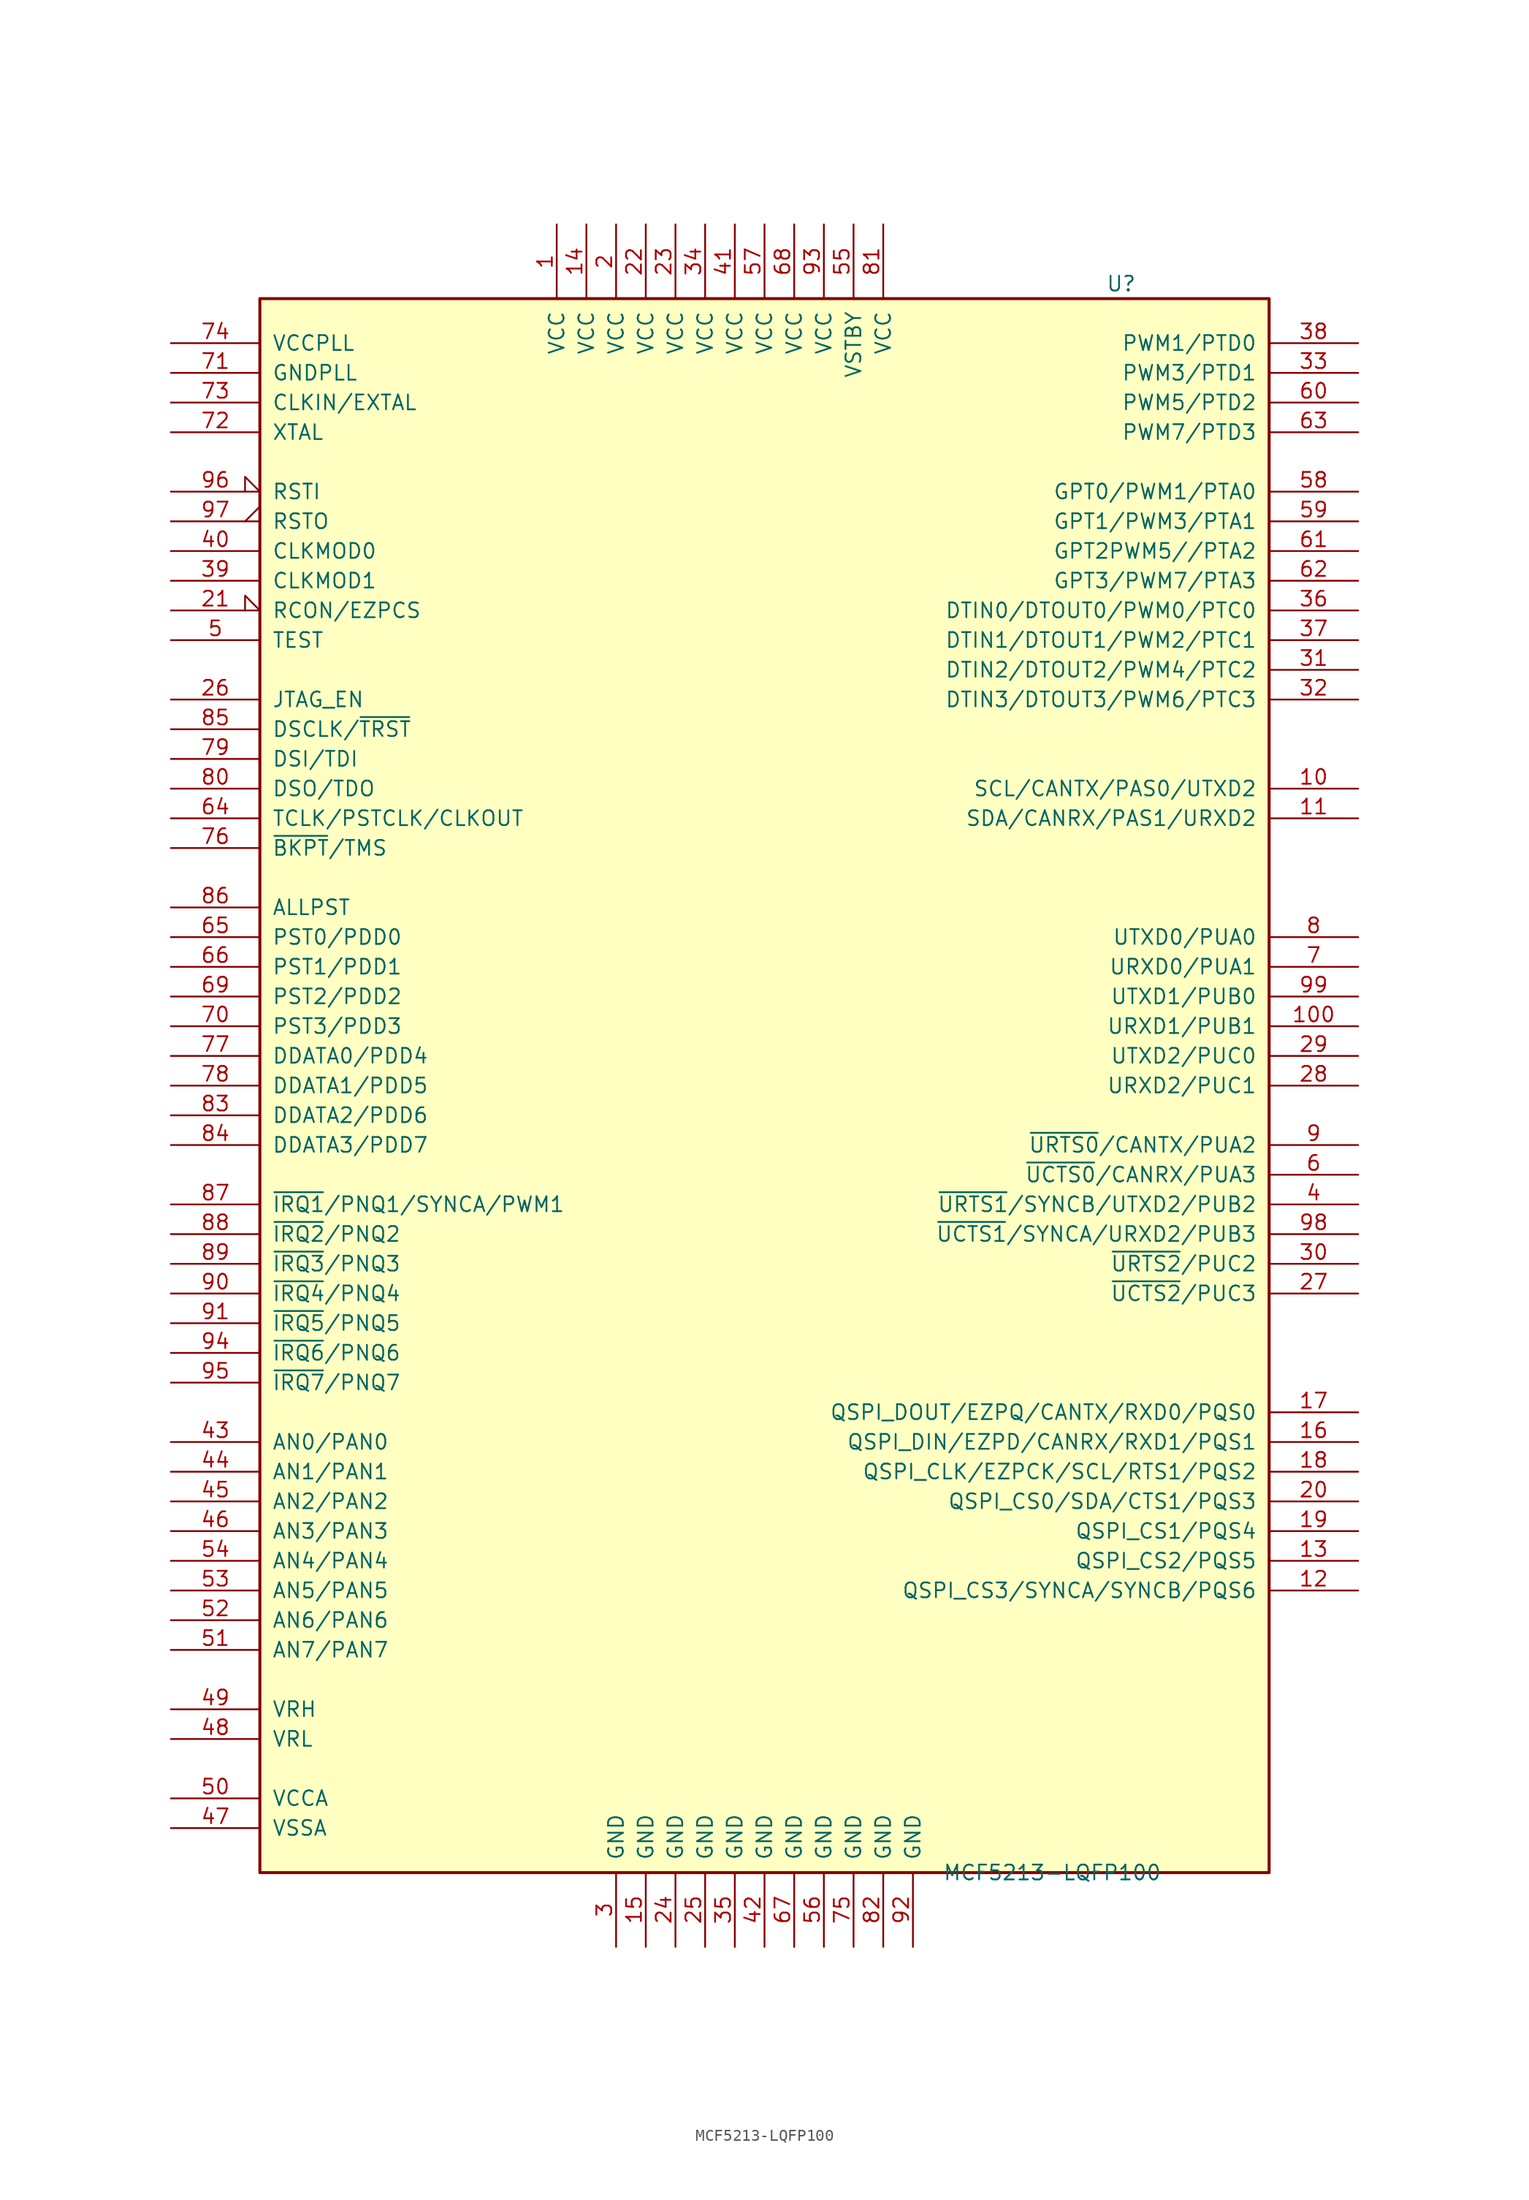
<source format=kicad_sym>
(kicad_symbol_lib
  (version 20220914)
  (generator kicad_symbol_editor)
  (symbol "MCF5213-LQFP100"
    (pin_names
      (offset 1.016))
    (property "Reference" "U"
      (at 29.21 68.58 0)
      (effects (font (size 1.27 1.27)) (justify left)))
    (property "Value" "MCF5213-LQFP100"
      (at 15.24 -67.31 0)
      (effects (font (size 1.27 1.27)) (justify left)))
    (symbol "MCF5213-LQFP100_0_1"
      (rectangle (start -43.18 67.31) (end 43.18 -67.31) (stroke (width 0.254) (type default)) (fill (type background))))
    (symbol "MCF5213-LQFP100_1_1"
      (pin power_in line (at -17.78 73.66 270) (length 6.35) (name "VCC" (effects (font (size 1.27 1.27)))) (number "1" (effects (font (size 1.27 1.27)))))
      (pin bidirectional line (at 50.8 25.4 180) (length 7.62) (name "SCL/CANTX/PAS0/UTXD2" (effects (font (size 1.27 1.27)))) (number "10" (effects (font (size 1.27 1.27)))))
      (pin bidirectional line (at 50.8 5.08 180) (length 7.62) (name "URXD1/PUB1" (effects (font (size 1.27 1.27)))) (number "100" (effects (font (size 1.27 1.27)))))
      (pin bidirectional line (at 50.8 22.86 180) (length 7.62) (name "SDA/CANRX/PAS1/URXD2" (effects (font (size 1.27 1.27)))) (number "11" (effects (font (size 1.27 1.27)))))
      (pin bidirectional line (at 50.8 -43.18 180) (length 7.62) (name "QSPI_CS3/SYNCA/SYNCB/PQS6" (effects (font (size 1.27 1.27)))) (number "12" (effects (font (size 1.27 1.27)))))
      (pin bidirectional line (at 50.8 -40.64 180) (length 7.62) (name "QSPI_CS2/PQS5" (effects (font (size 1.27 1.27)))) (number "13" (effects (font (size 1.27 1.27)))))
      (pin power_in line (at -15.24 73.66 270) (length 6.35) (name "VCC" (effects (font (size 1.27 1.27)))) (number "14" (effects (font (size 1.27 1.27)))))
      (pin power_in line (at -10.16 -73.66 90) (length 6.35) (name "GND" (effects (font (size 1.27 1.27)))) (number "15" (effects (font (size 1.27 1.27)))))
      (pin bidirectional line (at 50.8 -30.48 180) (length 7.62) (name "QSPI_DIN/EZPD/CANRX/RXD1/PQS1" (effects (font (size 1.27 1.27)))) (number "16" (effects (font (size 1.27 1.27)))))
      (pin bidirectional line (at 50.8 -27.94 180) (length 7.62) (name "QSPI_DOUT/EZPQ/CANTX/RXD0/PQS0" (effects (font (size 1.27 1.27)))) (number "17" (effects (font (size 1.27 1.27)))))
      (pin bidirectional line (at 50.8 -33.02 180) (length 7.62) (name "QSPI_CLK/EZPCK/SCL/RTS1/PQS2" (effects (font (size 1.27 1.27)))) (number "18" (effects (font (size 1.27 1.27)))))
      (pin bidirectional line (at 50.8 -38.1 180) (length 7.62) (name "QSPI_CS1/PQS4" (effects (font (size 1.27 1.27)))) (number "19" (effects (font (size 1.27 1.27)))))
      (pin power_in line (at -12.7 73.66 270) (length 6.35) (name "VCC" (effects (font (size 1.27 1.27)))) (number "2" (effects (font (size 1.27 1.27)))))
      (pin bidirectional line (at 50.8 -35.56 180) (length 7.62) (name "QSPI_CS0/SDA/CTS1/PQS3" (effects (font (size 1.27 1.27)))) (number "20" (effects (font (size 1.27 1.27)))))
      (pin input input_low (at -50.8 40.64 0) (length 7.62) (name "RCON/EZPCS" (effects (font (size 1.27 1.27)))) (number "21" (effects (font (size 1.27 1.27)))))
      (pin power_in line (at -10.16 73.66 270) (length 6.35) (name "VCC" (effects (font (size 1.27 1.27)))) (number "22" (effects (font (size 1.27 1.27)))))
      (pin power_in line (at -7.62 73.66 270) (length 6.35) (name "VCC" (effects (font (size 1.27 1.27)))) (number "23" (effects (font (size 1.27 1.27)))))
      (pin power_in line (at -7.62 -73.66 90) (length 6.35) (name "GND" (effects (font (size 1.27 1.27)))) (number "24" (effects (font (size 1.27 1.27)))))
      (pin power_in line (at -5.08 -73.66 90) (length 6.35) (name "GND" (effects (font (size 1.27 1.27)))) (number "25" (effects (font (size 1.27 1.27)))))
      (pin input line (at -50.8 33.02 0) (length 7.62) (name "JTAG_EN" (effects (font (size 1.27 1.27)))) (number "26" (effects (font (size 1.27 1.27)))))
      (pin bidirectional line (at 50.8 -17.78 180) (length 7.62) (name "~{UCTS2}/PUC3" (effects (font (size 1.27 1.27)))) (number "27" (effects (font (size 1.27 1.27)))))
      (pin bidirectional line (at 50.8 0 180) (length 7.62) (name "URXD2/PUC1" (effects (font (size 1.27 1.27)))) (number "28" (effects (font (size 1.27 1.27)))))
      (pin bidirectional line (at 50.8 2.54 180) (length 7.62) (name "UTXD2/PUC0" (effects (font (size 1.27 1.27)))) (number "29" (effects (font (size 1.27 1.27)))))
      (pin power_in line (at -12.7 -73.66 90) (length 6.35) (name "GND" (effects (font (size 1.27 1.27)))) (number "3" (effects (font (size 1.27 1.27)))))
      (pin bidirectional line (at 50.8 -15.24 180) (length 7.62) (name "~{URTS2}/PUC2" (effects (font (size 1.27 1.27)))) (number "30" (effects (font (size 1.27 1.27)))))
      (pin bidirectional line (at 50.8 35.56 180) (length 7.62) (name "DTIN2/DTOUT2/PWM4/PTC2" (effects (font (size 1.27 1.27)))) (number "31" (effects (font (size 1.27 1.27)))))
      (pin bidirectional line (at 50.8 33.02 180) (length 7.62) (name "DTIN3/DTOUT3/PWM6/PTC3" (effects (font (size 1.27 1.27)))) (number "32" (effects (font (size 1.27 1.27)))))
      (pin bidirectional line (at 50.8 60.96 180) (length 7.62) (name "PWM3/PTD1" (effects (font (size 1.27 1.27)))) (number "33" (effects (font (size 1.27 1.27)))))
      (pin power_in line (at -5.08 73.66 270) (length 6.35) (name "VCC" (effects (font (size 1.27 1.27)))) (number "34" (effects (font (size 1.27 1.27)))))
      (pin power_in line (at -2.54 -73.66 90) (length 6.35) (name "GND" (effects (font (size 1.27 1.27)))) (number "35" (effects (font (size 1.27 1.27)))))
      (pin bidirectional line (at 50.8 40.64 180) (length 7.62) (name "DTIN0/DTOUT0/PWM0/PTC0" (effects (font (size 1.27 1.27)))) (number "36" (effects (font (size 1.27 1.27)))))
      (pin bidirectional line (at 50.8 38.1 180) (length 7.62) (name "DTIN1/DTOUT1/PWM2/PTC1" (effects (font (size 1.27 1.27)))) (number "37" (effects (font (size 1.27 1.27)))))
      (pin bidirectional line (at 50.8 63.5 180) (length 7.62) (name "PWM1/PTD0" (effects (font (size 1.27 1.27)))) (number "38" (effects (font (size 1.27 1.27)))))
      (pin input line (at -50.8 43.18 0) (length 7.62) (name "CLKMOD1" (effects (font (size 1.27 1.27)))) (number "39" (effects (font (size 1.27 1.27)))))
      (pin bidirectional line (at 50.8 -10.16 180) (length 7.62) (name "~{URTS1}/SYNCB/UTXD2/PUB2" (effects (font (size 1.27 1.27)))) (number "4" (effects (font (size 1.27 1.27)))))
      (pin input line (at -50.8 45.72 0) (length 7.62) (name "CLKMOD0" (effects (font (size 1.27 1.27)))) (number "40" (effects (font (size 1.27 1.27)))))
      (pin power_in line (at -2.54 73.66 270) (length 6.35) (name "VCC" (effects (font (size 1.27 1.27)))) (number "41" (effects (font (size 1.27 1.27)))))
      (pin power_in line (at 0 -73.66 90) (length 6.35) (name "GND" (effects (font (size 1.27 1.27)))) (number "42" (effects (font (size 1.27 1.27)))))
      (pin bidirectional line (at -50.8 -30.48 0) (length 7.62) (name "AN0/PAN0" (effects (font (size 1.27 1.27)))) (number "43" (effects (font (size 1.27 1.27)))))
      (pin bidirectional line (at -50.8 -33.02 0) (length 7.62) (name "AN1/PAN1" (effects (font (size 1.27 1.27)))) (number "44" (effects (font (size 1.27 1.27)))))
      (pin bidirectional line (at -50.8 -35.56 0) (length 7.62) (name "AN2/PAN2" (effects (font (size 1.27 1.27)))) (number "45" (effects (font (size 1.27 1.27)))))
      (pin bidirectional line (at -50.8 -38.1 0) (length 7.62) (name "AN3/PAN3" (effects (font (size 1.27 1.27)))) (number "46" (effects (font (size 1.27 1.27)))))
      (pin input line (at -50.8 -63.5 0) (length 7.62) (name "VSSA" (effects (font (size 1.27 1.27)))) (number "47" (effects (font (size 1.27 1.27)))))
      (pin input line (at -50.8 -55.88 0) (length 7.62) (name "VRL" (effects (font (size 1.27 1.27)))) (number "48" (effects (font (size 1.27 1.27)))))
      (pin input line (at -50.8 -53.34 0) (length 7.62) (name "VRH" (effects (font (size 1.27 1.27)))) (number "49" (effects (font (size 1.27 1.27)))))
      (pin input line (at -50.8 38.1 0) (length 7.62) (name "TEST" (effects (font (size 1.27 1.27)))) (number "5" (effects (font (size 1.27 1.27)))))
      (pin input line (at -50.8 -60.96 0) (length 7.62) (name "VCCA" (effects (font (size 1.27 1.27)))) (number "50" (effects (font (size 1.27 1.27)))))
      (pin bidirectional line (at -50.8 -48.26 0) (length 7.62) (name "AN7/PAN7" (effects (font (size 1.27 1.27)))) (number "51" (effects (font (size 1.27 1.27)))))
      (pin bidirectional line (at -50.8 -45.72 0) (length 7.62) (name "AN6/PAN6" (effects (font (size 1.27 1.27)))) (number "52" (effects (font (size 1.27 1.27)))))
      (pin bidirectional line (at -50.8 -43.18 0) (length 7.62) (name "AN5/PAN5" (effects (font (size 1.27 1.27)))) (number "53" (effects (font (size 1.27 1.27)))))
      (pin bidirectional line (at -50.8 -40.64 0) (length 7.62) (name "AN4/PAN4" (effects (font (size 1.27 1.27)))) (number "54" (effects (font (size 1.27 1.27)))))
      (pin power_in line (at 7.62 73.66 270) (length 6.35) (name "VSTBY" (effects (font (size 1.27 1.27)))) (number "55" (effects (font (size 1.27 1.27)))))
      (pin power_in line (at 5.08 -73.66 90) (length 6.35) (name "GND" (effects (font (size 1.27 1.27)))) (number "56" (effects (font (size 1.27 1.27)))))
      (pin power_in line (at 0 73.66 270) (length 6.35) (name "VCC" (effects (font (size 1.27 1.27)))) (number "57" (effects (font (size 1.27 1.27)))))
      (pin bidirectional line (at 50.8 50.8 180) (length 7.62) (name "GPT0/PWM1/PTA0" (effects (font (size 1.27 1.27)))) (number "58" (effects (font (size 1.27 1.27)))))
      (pin bidirectional line (at 50.8 48.26 180) (length 7.62) (name "GPT1/PWM3/PTA1" (effects (font (size 1.27 1.27)))) (number "59" (effects (font (size 1.27 1.27)))))
      (pin bidirectional line (at 50.8 -7.62 180) (length 7.62) (name "~{UCTS0}/CANRX/PUA3" (effects (font (size 1.27 1.27)))) (number "6" (effects (font (size 1.27 1.27)))))
      (pin bidirectional line (at 50.8 58.42 180) (length 7.62) (name "PWM5/PTD2" (effects (font (size 1.27 1.27)))) (number "60" (effects (font (size 1.27 1.27)))))
      (pin bidirectional line (at 50.8 45.72 180) (length 7.62) (name "GPT2PWM5//PTA2" (effects (font (size 1.27 1.27)))) (number "61" (effects (font (size 1.27 1.27)))))
      (pin bidirectional line (at 50.8 43.18 180) (length 7.62) (name "GPT3/PWM7/PTA3" (effects (font (size 1.27 1.27)))) (number "62" (effects (font (size 1.27 1.27)))))
      (pin bidirectional line (at 50.8 55.88 180) (length 7.62) (name "PWM7/PTD3" (effects (font (size 1.27 1.27)))) (number "63" (effects (font (size 1.27 1.27)))))
      (pin input line (at -50.8 22.86 0) (length 7.62) (name "TCLK/PSTCLK/CLKOUT" (effects (font (size 1.27 1.27)))) (number "64" (effects (font (size 1.27 1.27)))))
      (pin bidirectional line (at -50.8 12.7 0) (length 7.62) (name "PST0/PDD0" (effects (font (size 1.27 1.27)))) (number "65" (effects (font (size 1.27 1.27)))))
      (pin bidirectional line (at -50.8 10.16 0) (length 7.62) (name "PST1/PDD1" (effects (font (size 1.27 1.27)))) (number "66" (effects (font (size 1.27 1.27)))))
      (pin power_in line (at 2.54 -73.66 90) (length 6.35) (name "GND" (effects (font (size 1.27 1.27)))) (number "67" (effects (font (size 1.27 1.27)))))
      (pin power_in line (at 2.54 73.66 270) (length 6.35) (name "VCC" (effects (font (size 1.27 1.27)))) (number "68" (effects (font (size 1.27 1.27)))))
      (pin bidirectional line (at -50.8 7.62 0) (length 7.62) (name "PST2/PDD2" (effects (font (size 1.27 1.27)))) (number "69" (effects (font (size 1.27 1.27)))))
      (pin bidirectional line (at 50.8 10.16 180) (length 7.62) (name "URXD0/PUA1" (effects (font (size 1.27 1.27)))) (number "7" (effects (font (size 1.27 1.27)))))
      (pin bidirectional line (at -50.8 5.08 0) (length 7.62) (name "PST3/PDD3" (effects (font (size 1.27 1.27)))) (number "70" (effects (font (size 1.27 1.27)))))
      (pin passive line (at -50.8 60.96 0) (length 7.62) (name "GNDPLL" (effects (font (size 1.27 1.27)))) (number "71" (effects (font (size 1.27 1.27)))))
      (pin output line (at -50.8 55.88 0) (length 7.62) (name "XTAL" (effects (font (size 1.27 1.27)))) (number "72" (effects (font (size 1.27 1.27)))))
      (pin input line (at -50.8 58.42 0) (length 7.62) (name "CLKIN/EXTAL" (effects (font (size 1.27 1.27)))) (number "73" (effects (font (size 1.27 1.27)))))
      (pin passive line (at -50.8 63.5 0) (length 7.62) (name "VCCPLL" (effects (font (size 1.27 1.27)))) (number "74" (effects (font (size 1.27 1.27)))))
      (pin power_in line (at 7.62 -73.66 90) (length 6.35) (name "GND" (effects (font (size 1.27 1.27)))) (number "75" (effects (font (size 1.27 1.27)))))
      (pin input line (at -50.8 20.32 0) (length 7.62) (name "~{BKPT}/TMS" (effects (font (size 1.27 1.27)))) (number "76" (effects (font (size 1.27 1.27)))))
      (pin bidirectional line (at -50.8 2.54 0) (length 7.62) (name "DDATA0/PDD4" (effects (font (size 1.27 1.27)))) (number "77" (effects (font (size 1.27 1.27)))))
      (pin bidirectional line (at -50.8 0 0) (length 7.62) (name "DDATA1/PDD5" (effects (font (size 1.27 1.27)))) (number "78" (effects (font (size 1.27 1.27)))))
      (pin input line (at -50.8 27.94 0) (length 7.62) (name "DSI/TDI" (effects (font (size 1.27 1.27)))) (number "79" (effects (font (size 1.27 1.27)))))
      (pin bidirectional line (at 50.8 12.7 180) (length 7.62) (name "UTXD0/PUA0" (effects (font (size 1.27 1.27)))) (number "8" (effects (font (size 1.27 1.27)))))
      (pin output line (at -50.8 25.4 0) (length 7.62) (name "DSO/TDO" (effects (font (size 1.27 1.27)))) (number "80" (effects (font (size 1.27 1.27)))))
      (pin power_in line (at 10.16 73.66 270) (length 6.35) (name "VCC" (effects (font (size 1.27 1.27)))) (number "81" (effects (font (size 1.27 1.27)))))
      (pin power_in line (at 10.16 -73.66 90) (length 6.35) (name "GND" (effects (font (size 1.27 1.27)))) (number "82" (effects (font (size 1.27 1.27)))))
      (pin bidirectional line (at -50.8 -2.54 0) (length 7.62) (name "DDATA2/PDD6" (effects (font (size 1.27 1.27)))) (number "83" (effects (font (size 1.27 1.27)))))
      (pin bidirectional line (at -50.8 -5.08 0) (length 7.62) (name "DDATA3/PDD7" (effects (font (size 1.27 1.27)))) (number "84" (effects (font (size 1.27 1.27)))))
      (pin input line (at -50.8 30.48 0) (length 7.62) (name "DSCLK/~{TRST}" (effects (font (size 1.27 1.27)))) (number "85" (effects (font (size 1.27 1.27)))))
      (pin output line (at -50.8 15.24 0) (length 7.62) (name "ALLPST" (effects (font (size 1.27 1.27)))) (number "86" (effects (font (size 1.27 1.27)))))
      (pin bidirectional line (at -50.8 -10.16 0) (length 7.62) (name "~{IRQ1}/PNQ1/SYNCA/PWM1" (effects (font (size 1.27 1.27)))) (number "87" (effects (font (size 1.27 1.27)))))
      (pin bidirectional line (at -50.8 -12.7 0) (length 7.62) (name "~{IRQ2}/PNQ2" (effects (font (size 1.27 1.27)))) (number "88" (effects (font (size 1.27 1.27)))))
      (pin bidirectional line (at -50.8 -15.24 0) (length 7.62) (name "~{IRQ3}/PNQ3" (effects (font (size 1.27 1.27)))) (number "89" (effects (font (size 1.27 1.27)))))
      (pin bidirectional line (at 50.8 -5.08 180) (length 7.62) (name "~{URTS0}/CANTX/PUA2" (effects (font (size 1.27 1.27)))) (number "9" (effects (font (size 1.27 1.27)))))
      (pin bidirectional line (at -50.8 -17.78 0) (length 7.62) (name "~{IRQ4}/PNQ4" (effects (font (size 1.27 1.27)))) (number "90" (effects (font (size 1.27 1.27)))))
      (pin bidirectional line (at -50.8 -20.32 0) (length 7.62) (name "~{IRQ5}/PNQ5" (effects (font (size 1.27 1.27)))) (number "91" (effects (font (size 1.27 1.27)))))
      (pin power_in line (at 12.7 -73.66 90) (length 6.35) (name "GND" (effects (font (size 1.27 1.27)))) (number "92" (effects (font (size 1.27 1.27)))))
      (pin power_in line (at 5.08 73.66 270) (length 6.35) (name "VCC" (effects (font (size 1.27 1.27)))) (number "93" (effects (font (size 1.27 1.27)))))
      (pin bidirectional line (at -50.8 -22.86 0) (length 7.62) (name "~{IRQ6}/PNQ6" (effects (font (size 1.27 1.27)))) (number "94" (effects (font (size 1.27 1.27)))))
      (pin bidirectional line (at -50.8 -25.4 0) (length 7.62) (name "~{IRQ7}/PNQ7" (effects (font (size 1.27 1.27)))) (number "95" (effects (font (size 1.27 1.27)))))
      (pin input input_low (at -50.8 50.8 0) (length 7.62) (name "RSTI" (effects (font (size 1.27 1.27)))) (number "96" (effects (font (size 1.27 1.27)))))
      (pin output output_low (at -50.8 48.26 0) (length 7.62) (name "RSTO" (effects (font (size 1.27 1.27)))) (number "97" (effects (font (size 1.27 1.27)))))
      (pin bidirectional line (at 50.8 -12.7 180) (length 7.62) (name "~{UCTS1}/SYNCA/URXD2/PUB3" (effects (font (size 1.27 1.27)))) (number "98" (effects (font (size 1.27 1.27)))))
      (pin bidirectional line (at 50.8 7.62 180) (length 7.62) (name "UTXD1/PUB0" (effects (font (size 1.27 1.27)))) (number "99" (effects (font (size 1.27 1.27))))))))
</source>
